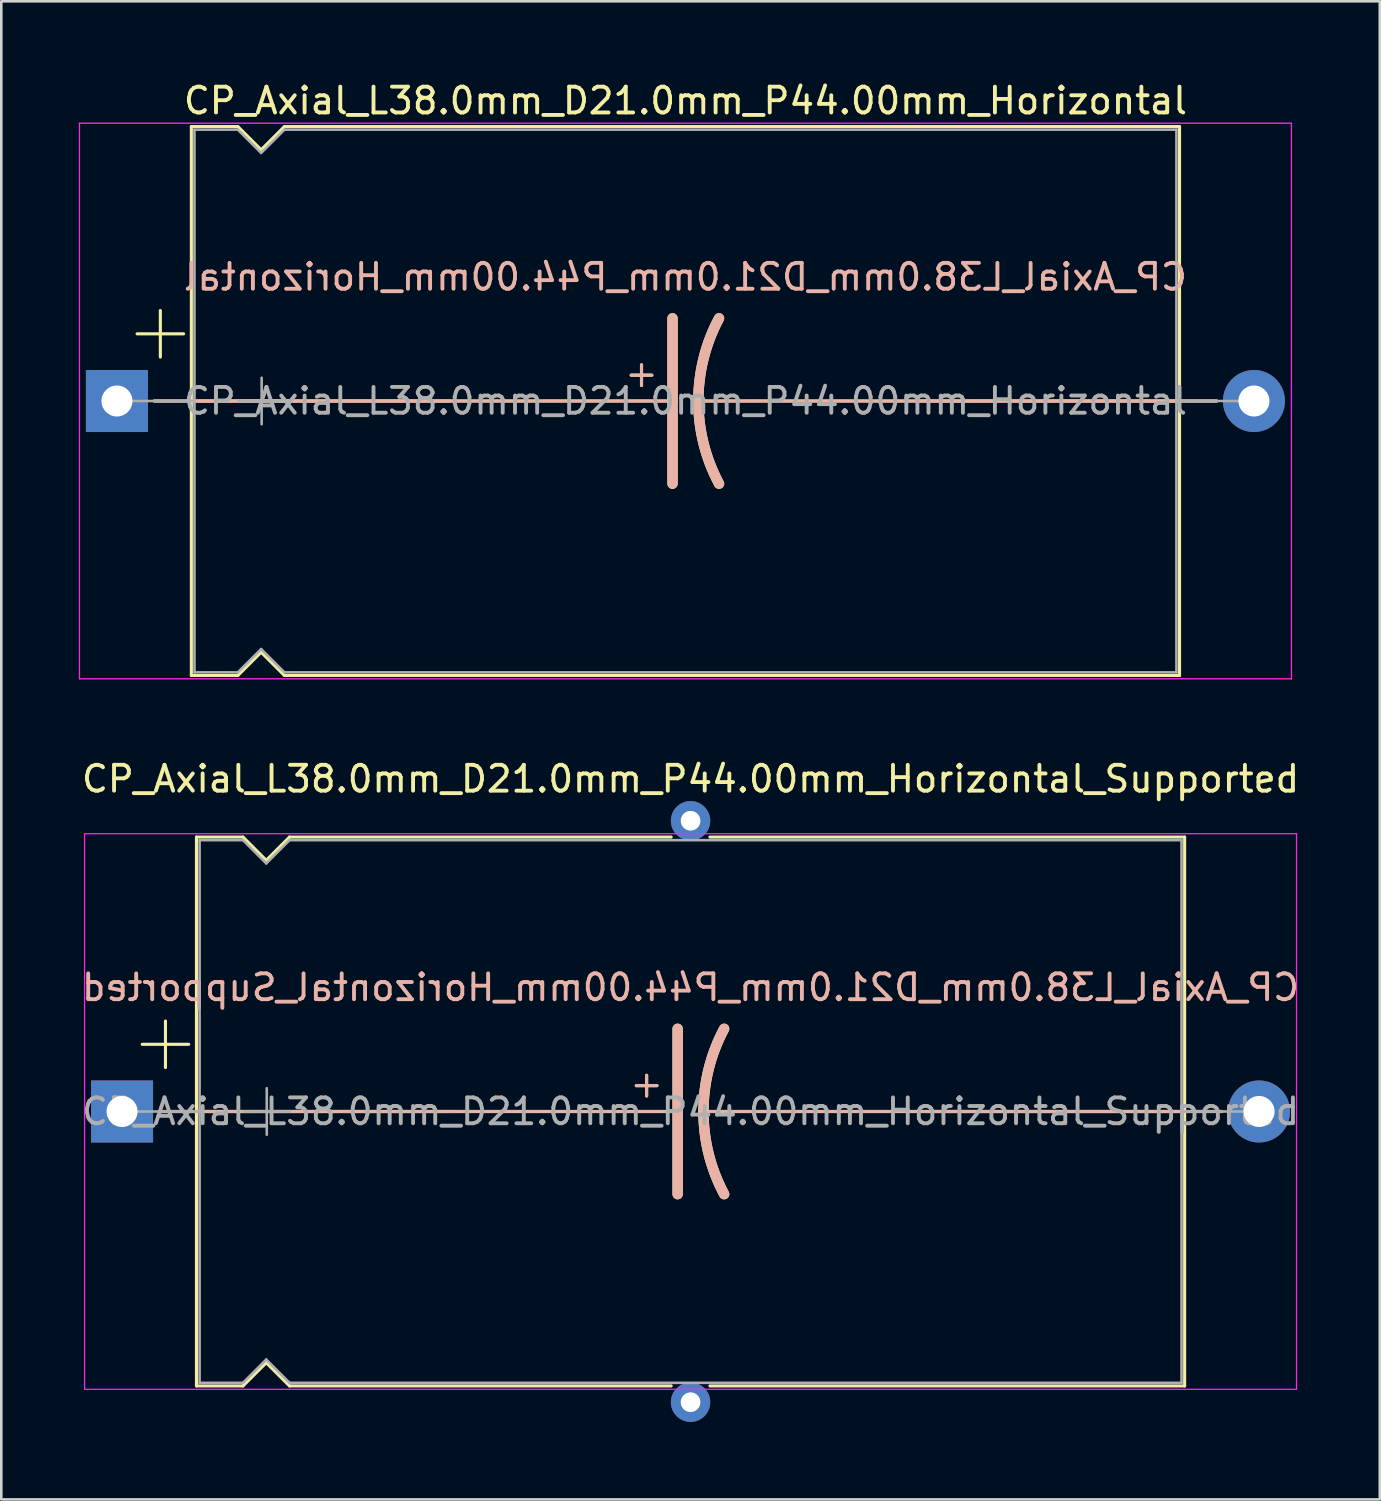
<source format=kicad_pcb>
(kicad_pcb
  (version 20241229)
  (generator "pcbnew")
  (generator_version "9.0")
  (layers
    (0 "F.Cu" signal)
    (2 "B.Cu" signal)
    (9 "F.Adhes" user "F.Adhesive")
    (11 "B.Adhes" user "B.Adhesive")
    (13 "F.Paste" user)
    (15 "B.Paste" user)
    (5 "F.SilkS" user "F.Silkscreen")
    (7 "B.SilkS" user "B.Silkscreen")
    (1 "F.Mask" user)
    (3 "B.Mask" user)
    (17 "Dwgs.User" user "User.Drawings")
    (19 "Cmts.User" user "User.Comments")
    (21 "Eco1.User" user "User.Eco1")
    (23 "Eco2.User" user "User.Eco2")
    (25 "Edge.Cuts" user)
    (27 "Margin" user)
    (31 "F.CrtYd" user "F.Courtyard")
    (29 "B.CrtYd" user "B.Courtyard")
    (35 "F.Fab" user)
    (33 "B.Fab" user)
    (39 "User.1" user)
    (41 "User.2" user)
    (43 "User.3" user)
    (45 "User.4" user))
  (footprint "CP_Axial_L38.0mm_D21.0mm_P44.00mm_Horizontal"
    (layer "F.Cu")
    (at 1.475 12.468)
    (property "Reference" "CP_Axial_L38.0mm_D21.0mm_P44.00mm_Horizontal" (at 22 -11.62 0) (layer "F.SilkS") (effects (font (size 1 1) (thickness 0.15))))
    (fp_line (start 0.78 -2.6) (end 2.58 -2.6) (stroke (width 0.12) (type solid)) (layer "F.SilkS"))
    (fp_line (start 1.44 0) (end 2.88 0) (stroke (width 0.12) (type solid)) (layer "F.SilkS"))
    (fp_line (start 1.68 -3.5) (end 1.68 -1.7) (stroke (width 0.12) (type solid)) (layer "F.SilkS"))
    (fp_line (start 2.88 -10.62) (end 2.88 10.62) (stroke (width 0.12) (type solid)) (layer "F.SilkS"))
    (fp_line (start 2.88 -10.62) (end 4.68 -10.62) (stroke (width 0.12) (type solid)) (layer "F.SilkS"))
    (fp_line (start 2.88 0) (end 21.5 0) (stroke (width 0.12) (type solid)) (layer "F.SilkS"))
    (fp_line (start 2.88 10.62) (end 4.68 10.62) (stroke (width 0.12) (type solid)) (layer "F.SilkS"))
    (fp_line (start 4.68 -10.62) (end 5.58 -9.72) (stroke (width 0.12) (type solid)) (layer "F.SilkS"))
    (fp_line (start 4.68 10.62) (end 5.58 9.72) (stroke (width 0.12) (type solid)) (layer "F.SilkS"))
    (fp_line (start 5.58 -9.72) (end 6.48 -10.62) (stroke (width 0.12) (type solid)) (layer "F.SilkS"))
    (fp_line (start 5.58 9.72) (end 6.48 10.62) (stroke (width 0.12) (type solid)) (layer "F.SilkS"))
    (fp_line (start 6.48 -10.62) (end 41.12 -10.62) (stroke (width 0.12) (type solid)) (layer "F.SilkS"))
    (fp_line (start 6.48 10.62) (end 41.12 10.62) (stroke (width 0.12) (type solid)) (layer "F.SilkS"))
    (fp_line (start 19.9 -1) (end 20.7 -1) (stroke (width 0.12) (type solid)) (layer "F.SilkS"))
    (fp_line (start 20.3 -1.4) (end 20.3 -0.6) (stroke (width 0.12) (type solid)) (layer "F.SilkS"))
    (fp_line (start 21.5 0) (end 21.5 -3.2) (stroke (width 0.4) (type solid)) (layer "F.SilkS"))
    (fp_line (start 21.5 0) (end 21.5 3.2) (stroke (width 0.4) (type solid)) (layer "F.SilkS"))
    (fp_line (start 41.12 -10.62) (end 41.12 10.62) (stroke (width 0.12) (type solid)) (layer "F.SilkS"))
    (fp_line (start 41.12 0) (end 22.5 0) (stroke (width 0.12) (type solid)) (layer "F.SilkS"))
    (fp_line (start 42.56 0) (end 41.12 0) (stroke (width 0.12) (type solid)) (layer "F.SilkS"))
    (fp_arc (start 22.5 0) (mid 22.703545 -1.649114) (end 23.3 -3.2) (stroke (width 0.4) (type solid)) (layer "F.SilkS"))
    (fp_arc (start 23.3 3.2) (mid 22.700704 1.649824) (end 22.5 0) (stroke (width 0.4) (type solid)) (layer "F.SilkS"))
    (fp_line (start 1.45 0) (end 12.88 0) (stroke (width 0.12) (type solid)) (layer "B.SilkS"))
    (fp_line (start 2.88 0) (end 21.5 0) (stroke (width 0.12) (type solid)) (layer "B.SilkS"))
    (fp_line (start 19.9 -1) (end 20.7 -1) (stroke (width 0.12) (type solid)) (layer "B.SilkS"))
    (fp_line (start 20.3 -0.6) (end 20.3 -1.4) (stroke (width 0.12) (type solid)) (layer "B.SilkS"))
    (fp_line (start 21.5 0) (end 21.5 -3.2) (stroke (width 0.4) (type solid)) (layer "B.SilkS"))
    (fp_line (start 21.5 0) (end 21.5 3.2) (stroke (width 0.4) (type solid)) (layer "B.SilkS"))
    (fp_line (start 41.12 0) (end 22.5 0) (stroke (width 0.12) (type solid)) (layer "B.SilkS"))
    (fp_line (start 42.55 0) (end 31.12 0) (stroke (width 0.12) (type solid)) (layer "B.SilkS"))
    (fp_arc (start 22.5 0) (mid 22.700703 -1.649824) (end 23.3 -3.2) (stroke (width 0.4) (type solid)) (layer "B.SilkS"))
    (fp_arc (start 23.3 3.2) (mid 22.703544 1.649114) (end 22.5 0) (stroke (width 0.4) (type solid)) (layer "B.SilkS"))
    (fp_line (start -1.45 -10.75) (end -1.45 10.75) (stroke (width 0.05) (type solid)) (layer "F.CrtYd"))
    (fp_line (start -1.45 10.75) (end 45.45 10.75) (stroke (width 0.05) (type solid)) (layer "F.CrtYd"))
    (fp_line (start 45.45 -10.75) (end -1.45 -10.75) (stroke (width 0.05) (type solid)) (layer "F.CrtYd"))
    (fp_line (start 45.45 10.75) (end 45.45 -10.75) (stroke (width 0.05) (type solid)) (layer "F.CrtYd"))
    (fp_line (start 0 0) (end 3 0) (stroke (width 0.1) (type solid)) (layer "F.Fab"))
    (fp_line (start 3 -10.5) (end 3 10.5) (stroke (width 0.1) (type solid)) (layer "F.Fab"))
    (fp_line (start 3 -10.5) (end 4.68 -10.5) (stroke (width 0.1) (type solid)) (layer "F.Fab"))
    (fp_line (start 3 10.5) (end 4.68 10.5) (stroke (width 0.1) (type solid)) (layer "F.Fab"))
    (fp_line (start 4.68 -10.5) (end 5.58 -9.6) (stroke (width 0.1) (type solid)) (layer "F.Fab"))
    (fp_line (start 4.68 10.5) (end 5.58 9.6) (stroke (width 0.1) (type solid)) (layer "F.Fab"))
    (fp_line (start 4.7 0) (end 6.5 0) (stroke (width 0.1) (type solid)) (layer "F.Fab"))
    (fp_line (start 5.58 -9.6) (end 6.48 -10.5) (stroke (width 0.1) (type solid)) (layer "F.Fab"))
    (fp_line (start 5.58 9.6) (end 6.48 10.5) (stroke (width 0.1) (type solid)) (layer "F.Fab"))
    (fp_line (start 5.6 -0.9) (end 5.6 0.9) (stroke (width 0.1) (type solid)) (layer "F.Fab"))
    (fp_line (start 6.48 -10.5) (end 41 -10.5) (stroke (width 0.1) (type solid)) (layer "F.Fab"))
    (fp_line (start 6.48 10.5) (end 41 10.5) (stroke (width 0.1) (type solid)) (layer "F.Fab"))
    (fp_line (start 41 -10.5) (end 41 10.5) (stroke (width 0.1) (type solid)) (layer "F.Fab"))
    (fp_line (start 44 0) (end 41 0) (stroke (width 0.1) (type solid)) (layer "F.Fab"))
    (fp_text user "${REFERENCE}" (at 22 -4.8 0) (layer "B.SilkS") (effects (font (size 1 1) (thickness 0.15)) (justify mirror)))
    (fp_text user "${REFERENCE}" (at 22 0 0) (layer "F.Fab") (effects (font (size 1 1) (thickness 0.15))))
    (pad "1" thru_hole rect (at 0 0) (size 2.4 2.4) (drill 1.2) (layers "*.Cu" "*.Mask"))
    (pad "2" thru_hole oval (at 44 0) (size 2.4 2.4) (drill 1.2) (layers "*.Cu" "*.Mask")))
  (footprint "CP_Axial_L38.0mm_D21.0mm_P44.00mm_Horizontal_Supported"
    (layer "F.Cu")
    (at 1.673 39.962)
    (property "Reference" "CP_Axial_L38.0mm_D21.0mm_P44.00mm_Horizontal_Supported" (at 22 -12.87 0) (layer "F.SilkS") (effects (font (size 1 1) (thickness 0.15))))
    (fp_line (start 0.78 -2.6) (end 2.58 -2.6) (stroke (width 0.12) (type solid)) (layer "F.SilkS"))
    (fp_line (start 1.44 0) (end 2.88 0) (stroke (width 0.12) (type solid)) (layer "F.SilkS"))
    (fp_line (start 1.68 -3.5) (end 1.68 -1.7) (stroke (width 0.12) (type solid)) (layer "F.SilkS"))
    (fp_line (start 2.88 -10.62) (end 2.88 10.62) (stroke (width 0.12) (type solid)) (layer "F.SilkS"))
    (fp_line (start 2.88 -10.62) (end 4.68 -10.62) (stroke (width 0.12) (type solid)) (layer "F.SilkS"))
    (fp_line (start 2.88 0) (end 21.5 0) (stroke (width 0.12) (type solid)) (layer "F.SilkS"))
    (fp_line (start 2.88 10.62) (end 4.68 10.62) (stroke (width 0.12) (type solid)) (layer "F.SilkS"))
    (fp_line (start 4.68 -10.62) (end 5.58 -9.72) (stroke (width 0.12) (type solid)) (layer "F.SilkS"))
    (fp_line (start 4.68 10.62) (end 5.58 9.72) (stroke (width 0.12) (type solid)) (layer "F.SilkS"))
    (fp_line (start 5.58 -9.72) (end 6.48 -10.62) (stroke (width 0.12) (type solid)) (layer "F.SilkS"))
    (fp_line (start 5.58 9.72) (end 6.48 10.62) (stroke (width 0.12) (type solid)) (layer "F.SilkS"))
    (fp_line (start 6.48 -10.62) (end 21.25 -10.62) (stroke (width 0.12) (type solid)) (layer "F.SilkS"))
    (fp_line (start 6.48 10.62) (end 21.25 10.62) (stroke (width 0.12) (type solid)) (layer "F.SilkS"))
    (fp_line (start 19.9 -1) (end 20.7 -1) (stroke (width 0.12) (type solid)) (layer "F.SilkS"))
    (fp_line (start 20.3 -1.4) (end 20.3 -0.6) (stroke (width 0.12) (type solid)) (layer "F.SilkS"))
    (fp_line (start 21.5 0) (end 21.5 -3.2) (stroke (width 0.4) (type solid)) (layer "F.SilkS"))
    (fp_line (start 21.5 0) (end 21.5 3.2) (stroke (width 0.4) (type solid)) (layer "F.SilkS"))
    (fp_line (start 22.75 -10.62) (end 41.12 -10.62) (stroke (width 0.12) (type solid)) (layer "F.SilkS"))
    (fp_line (start 22.75 10.62) (end 41.12 10.62) (stroke (width 0.12) (type solid)) (layer "F.SilkS"))
    (fp_line (start 41.12 -10.62) (end 41.12 10.62) (stroke (width 0.12) (type solid)) (layer "F.SilkS"))
    (fp_line (start 41.12 0) (end 22.5 0) (stroke (width 0.12) (type solid)) (layer "F.SilkS"))
    (fp_line (start 42.56 0) (end 41.12 0) (stroke (width 0.12) (type solid)) (layer "F.SilkS"))
    (fp_arc (start 22.5 0) (mid 22.703545 -1.649114) (end 23.3 -3.2) (stroke (width 0.4) (type solid)) (layer "F.SilkS"))
    (fp_arc (start 23.3 3.2) (mid 22.700704 1.649824) (end 22.5 0) (stroke (width 0.4) (type solid)) (layer "F.SilkS"))
    (fp_line (start 1.45 0) (end 12.88 0) (stroke (width 0.12) (type solid)) (layer "B.SilkS"))
    (fp_line (start 2.88 0) (end 21.5 0) (stroke (width 0.12) (type solid)) (layer "B.SilkS"))
    (fp_line (start 19.9 -1) (end 20.7 -1) (stroke (width 0.12) (type solid)) (layer "B.SilkS"))
    (fp_line (start 20.3 -0.6) (end 20.3 -1.4) (stroke (width 0.12) (type solid)) (layer "B.SilkS"))
    (fp_line (start 21.5 0) (end 21.5 -3.2) (stroke (width 0.4) (type solid)) (layer "B.SilkS"))
    (fp_line (start 21.5 0) (end 21.5 3.2) (stroke (width 0.4) (type solid)) (layer "B.SilkS"))
    (fp_line (start 41.12 0) (end 22.5 0) (stroke (width 0.12) (type solid)) (layer "B.SilkS"))
    (fp_line (start 42.55 0) (end 31.12 0) (stroke (width 0.12) (type solid)) (layer "B.SilkS"))
    (fp_arc (start 22.5 0) (mid 22.700703 -1.649824) (end 23.3 -3.2) (stroke (width 0.4) (type solid)) (layer "B.SilkS"))
    (fp_arc (start 23.3 3.2) (mid 22.703544 1.649114) (end 22.5 0) (stroke (width 0.4) (type solid)) (layer "B.SilkS"))
    (fp_line (start -1.45 -10.75) (end -1.45 10.75) (stroke (width 0.05) (type solid)) (layer "F.CrtYd"))
    (fp_line (start -1.45 10.75) (end 45.45 10.75) (stroke (width 0.05) (type solid)) (layer "F.CrtYd"))
    (fp_line (start 45.45 -10.75) (end -1.45 -10.75) (stroke (width 0.05) (type solid)) (layer "F.CrtYd"))
    (fp_line (start 45.45 10.75) (end 45.45 -10.75) (stroke (width 0.05) (type solid)) (layer "F.CrtYd"))
    (fp_line (start 0 0) (end 3 0) (stroke (width 0.1) (type solid)) (layer "F.Fab"))
    (fp_line (start 3 -10.5) (end 3 10.5) (stroke (width 0.1) (type solid)) (layer "F.Fab"))
    (fp_line (start 3 -10.5) (end 4.68 -10.5) (stroke (width 0.1) (type solid)) (layer "F.Fab"))
    (fp_line (start 3 10.5) (end 4.68 10.5) (stroke (width 0.1) (type solid)) (layer "F.Fab"))
    (fp_line (start 4.68 -10.5) (end 5.58 -9.6) (stroke (width 0.1) (type solid)) (layer "F.Fab"))
    (fp_line (start 4.68 10.5) (end 5.58 9.6) (stroke (width 0.1) (type solid)) (layer "F.Fab"))
    (fp_line (start 4.7 0) (end 6.5 0) (stroke (width 0.1) (type solid)) (layer "F.Fab"))
    (fp_line (start 5.58 -9.6) (end 6.48 -10.5) (stroke (width 0.1) (type solid)) (layer "F.Fab"))
    (fp_line (start 5.58 9.6) (end 6.48 10.5) (stroke (width 0.1) (type solid)) (layer "F.Fab"))
    (fp_line (start 5.6 -0.9) (end 5.6 0.9) (stroke (width 0.1) (type solid)) (layer "F.Fab"))
    (fp_line (start 6.48 -10.5) (end 41 -10.5) (stroke (width 0.1) (type solid)) (layer "F.Fab"))
    (fp_line (start 6.48 10.5) (end 41 10.5) (stroke (width 0.1) (type solid)) (layer "F.Fab"))
    (fp_line (start 41 -10.5) (end 41 10.5) (stroke (width 0.1) (type solid)) (layer "F.Fab"))
    (fp_line (start 44 0) (end 41 0) (stroke (width 0.1) (type solid)) (layer "F.Fab"))
    (fp_text user "${REFERENCE}" (at 22 -4.8 0) (layer "B.SilkS") (effects (font (size 1 1) (thickness 0.15)) (justify mirror)))
    (fp_text user "${REFERENCE}" (at 22 0 0) (layer "F.Fab") (effects (font (size 1 1) (thickness 0.15))))
    (pad "" thru_hole circle (at 22 -11.25) (size 1.524 1.524) (drill 0.762) (layers "*.Cu" "*.Mask"))
    (pad "" thru_hole circle (at 22 11.25) (size 1.524 1.524) (drill 0.762) (layers "*.Cu" "*.Mask"))
    (pad "1" thru_hole rect (at 0 0) (size 2.4 2.4) (drill 1.2) (layers "*.Cu" "*.Mask"))
    (pad "2" thru_hole oval (at 44 0) (size 2.4 2.4) (drill 1.2) (layers "*.Cu" "*.Mask")))
  (gr_rect
    (start -3 -3)
    (end 50.345 54.974)
    (stroke (width 0.1) (type default))
    (fill no)
    (layer "Edge.Cuts")))
</source>
